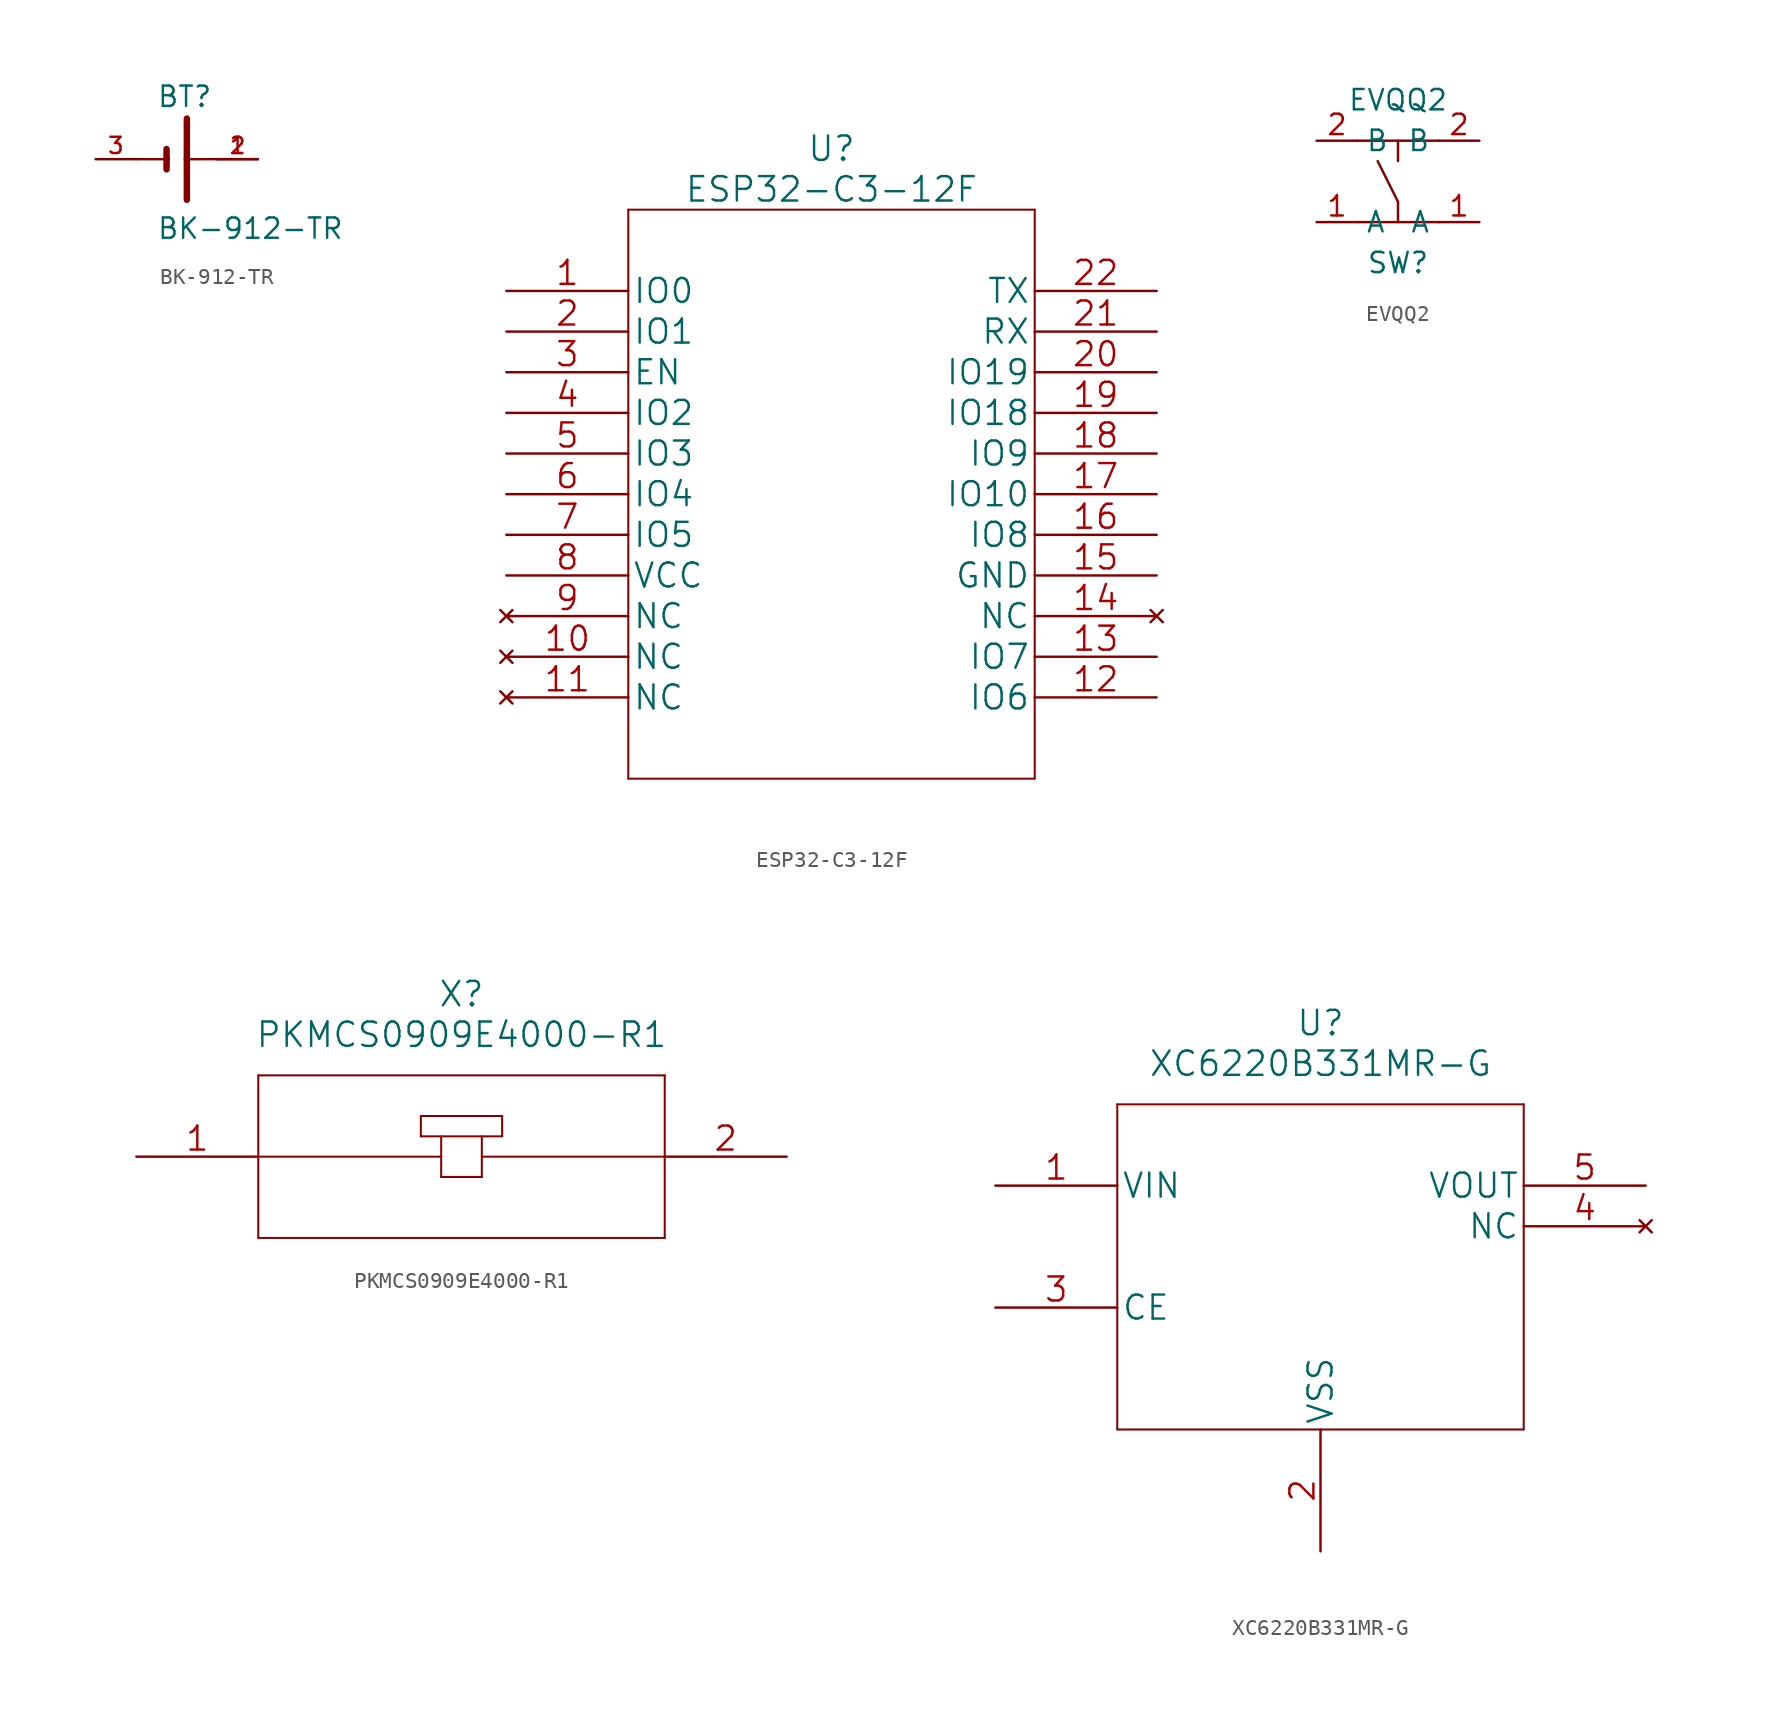
<source format=kicad_sym>
(kicad_symbol_lib
  (version 20211014)
  (generator kicad_symbol_editor)
  (symbol "BK-912-TR"
    (pin_names
      (offset 1.016) hide)
    (property "Reference" "BT"
      (at -1.27 3.175 0)
      (effects (font (size 1.27 1.27)) (justify left bottom)))
    (property "Value" "BK-912-TR"
      (at -1.27 -5.08 0)
      (effects (font (size 1.27 1.27)) (justify left bottom)))
    (property "ki_locked" ""
      (at 0 0 0)
      (effects (font (size 1.27 1.27))))
    (symbol "BK-912-TR_0_0"
      (polyline (pts (xy -2.54 0) (xy -0.635 0)) (stroke (width 0.152) (type default) (color 0 0 0 0)) (fill (type none)))
      (polyline (pts (xy -0.635 0) (xy -0.635 -0.635)) (stroke (width 0.406) (type default) (color 0 0 0 0)) (fill (type none)))
      (polyline (pts (xy -0.635 0.635) (xy -0.635 0)) (stroke (width 0.406) (type default) (color 0 0 0 0)) (fill (type none)))
      (polyline (pts (xy 0.635 0) (xy 0.635 -2.54)) (stroke (width 0.406) (type default) (color 0 0 0 0)) (fill (type none)))
      (polyline (pts (xy 0.635 0) (xy 2.54 0)) (stroke (width 0.152) (type default) (color 0 0 0 0)) (fill (type none)))
      (polyline (pts (xy 0.635 2.54) (xy 0.635 0)) (stroke (width 0.406) (type default) (color 0 0 0 0)) (fill (type none)))
      (pin passive line (at 5.08 0 180) (length 2.54) (name "~" (effects (font (size 1.016 1.016)))) (number "1" (effects (font (size 1.016 1.016)))))
      (pin passive line (at 5.08 0 180) (length 2.54) (name "~" (effects (font (size 1.016 1.016)))) (number "2" (effects (font (size 1.016 1.016)))))
      (pin passive line (at -5.08 0 0) (length 2.54) (name "~" (effects (font (size 1.016 1.016)))) (number "3" (effects (font (size 1.016 1.016)))))))
  (symbol "ESP32-C3-12F"
    (pin_names
      (offset 0.254))
    (property "Reference" "U"
      (at 20.32 8.89 0)
      (effects (font (size 1.524 1.524))))
    (property "Value" "ESP32-C3-12F"
      (at 20.32 6.35 0)
      (effects (font (size 1.524 1.524))))
    (property "Datasheet" ""
      (at 0 0 0)
      (effects (font (size 1.524 1.524))))
    (property "ki_locked" ""
      (at 0 0 0)
      (effects (font (size 1.27 1.27))))
    (symbol "ESP32-C3-12F_1_1"
      (polyline (pts (xy 7.62 -30.48) (xy 33.02 -30.48)) (stroke (width 0.127) (type default) (color 0 0 0 0)) (fill (type none)))
      (polyline (pts (xy 7.62 5.08) (xy 7.62 -30.48)) (stroke (width 0.127) (type default) (color 0 0 0 0)) (fill (type none)))
      (polyline (pts (xy 33.02 -30.48) (xy 33.02 5.08)) (stroke (width 0.127) (type default) (color 0 0 0 0)) (fill (type none)))
      (polyline (pts (xy 33.02 5.08) (xy 7.62 5.08)) (stroke (width 0.127) (type default) (color 0 0 0 0)) (fill (type none)))
      (pin bidirectional line (at 0 0 0) (length 7.62) (name "IO0" (effects (font (size 1.499 1.499)))) (number "1" (effects (font (size 1.499 1.499)))))
      (pin no_connect line (at 0 -22.86 0) (length 7.62) (name "NC" (effects (font (size 1.499 1.499)))) (number "10" (effects (font (size 1.499 1.499)))))
      (pin no_connect line (at 0 -25.4 0) (length 7.62) (name "NC" (effects (font (size 1.499 1.499)))) (number "11" (effects (font (size 1.499 1.499)))))
      (pin bidirectional line (at 40.64 -25.4 180) (length 7.62) (name "IO6" (effects (font (size 1.499 1.499)))) (number "12" (effects (font (size 1.499 1.499)))))
      (pin bidirectional line (at 40.64 -22.86 180) (length 7.62) (name "IO7" (effects (font (size 1.499 1.499)))) (number "13" (effects (font (size 1.499 1.499)))))
      (pin no_connect line (at 40.64 -20.32 180) (length 7.62) (name "NC" (effects (font (size 1.499 1.499)))) (number "14" (effects (font (size 1.499 1.499)))))
      (pin power_in line (at 40.64 -17.78 180) (length 7.62) (name "GND" (effects (font (size 1.499 1.499)))) (number "15" (effects (font (size 1.499 1.499)))))
      (pin bidirectional line (at 40.64 -15.24 180) (length 7.62) (name "IO8" (effects (font (size 1.499 1.499)))) (number "16" (effects (font (size 1.499 1.499)))))
      (pin bidirectional line (at 40.64 -12.7 180) (length 7.62) (name "IO10" (effects (font (size 1.499 1.499)))) (number "17" (effects (font (size 1.499 1.499)))))
      (pin bidirectional line (at 40.64 -10.16 180) (length 7.62) (name "IO9" (effects (font (size 1.499 1.499)))) (number "18" (effects (font (size 1.499 1.499)))))
      (pin bidirectional line (at 40.64 -7.62 180) (length 7.62) (name "IO18" (effects (font (size 1.499 1.499)))) (number "19" (effects (font (size 1.499 1.499)))))
      (pin bidirectional line (at 0 -2.54 0) (length 7.62) (name "IO1" (effects (font (size 1.499 1.499)))) (number "2" (effects (font (size 1.499 1.499)))))
      (pin bidirectional line (at 40.64 -5.08 180) (length 7.62) (name "IO19" (effects (font (size 1.499 1.499)))) (number "20" (effects (font (size 1.499 1.499)))))
      (pin bidirectional line (at 40.64 -2.54 180) (length 7.62) (name "RX" (effects (font (size 1.499 1.499)))) (number "21" (effects (font (size 1.499 1.499)))))
      (pin bidirectional line (at 40.64 0 180) (length 7.62) (name "TX" (effects (font (size 1.499 1.499)))) (number "22" (effects (font (size 1.499 1.499)))))
      (pin input line (at 0 -5.08 0) (length 7.62) (name "EN" (effects (font (size 1.499 1.499)))) (number "3" (effects (font (size 1.499 1.499)))))
      (pin bidirectional line (at 0 -7.62 0) (length 7.62) (name "IO2" (effects (font (size 1.499 1.499)))) (number "4" (effects (font (size 1.499 1.499)))))
      (pin bidirectional line (at 0 -10.16 0) (length 7.62) (name "IO3" (effects (font (size 1.499 1.499)))) (number "5" (effects (font (size 1.499 1.499)))))
      (pin bidirectional line (at 0 -12.7 0) (length 7.62) (name "IO4" (effects (font (size 1.499 1.499)))) (number "6" (effects (font (size 1.499 1.499)))))
      (pin bidirectional line (at 0 -15.24 0) (length 7.62) (name "IO5" (effects (font (size 1.499 1.499)))) (number "7" (effects (font (size 1.499 1.499)))))
      (pin power_in line (at 0 -17.78 0) (length 7.62) (name "VCC" (effects (font (size 1.499 1.499)))) (number "8" (effects (font (size 1.499 1.499)))))
      (pin no_connect line (at 0 -20.32 0) (length 7.62) (name "NC" (effects (font (size 1.499 1.499)))) (number "9" (effects (font (size 1.499 1.499)))))))
  (symbol "EVQQ2"
    (property "Reference" "SW"
      (at 0 -5.08 0)
      (effects (font (size 1.27 1.27))))
    (property "Value" "EVQQ2"
      (at 0 5.08 0)
      (effects (font (size 1.27 1.27))))
    (symbol "EVQQ2_0_1"
      (polyline (pts (xy -2.54 -2.54) (xy 2.54 -2.54)) (stroke (width 0) (type default) (color 0 0 0 0)) (fill (type none)))
      (polyline (pts (xy -2.54 2.54) (xy 2.54 2.54)) (stroke (width 0) (type default) (color 0 0 0 0)) (fill (type none)))
      (polyline (pts (xy 0 -2.54) (xy 0 -1.27)) (stroke (width 0) (type default) (color 0 0 0 0)) (fill (type none)))
      (polyline (pts (xy 0 -1.27) (xy -1.27 1.27)) (stroke (width 0) (type default) (color 0 0 0 0)) (fill (type none)))
      (polyline (pts (xy 0 2.54) (xy 0 1.27)) (stroke (width 0) (type default) (color 0 0 0 0)) (fill (type none))))
    (symbol "EVQQ2_1_1"
      (pin input line (at -5.08 -2.54 0) (length 2.54) (name "A" (effects (font (size 1.27 1.27)))) (number "1" (effects (font (size 1.27 1.27)))))
      (pin input line (at 5.08 -2.54 180) (length 2.54) (name "A" (effects (font (size 1.27 1.27)))) (number "1" (effects (font (size 1.27 1.27)))))
      (pin input line (at -5.08 2.54 0) (length 2.54) (name "B" (effects (font (size 1.27 1.27)))) (number "2" (effects (font (size 1.27 1.27)))))
      (pin input line (at 5.08 2.54 180) (length 2.54) (name "B" (effects (font (size 1.27 1.27)))) (number "2" (effects (font (size 1.27 1.27)))))))
  (symbol "PKMCS0909E4000-R1"
    (pin_names
      (offset 0.254) hide)
    (property "Reference" "X"
      (at 20.32 10.16 0)
      (effects (font (size 1.524 1.524))))
    (property "Value" "PKMCS0909E4000-R1"
      (at 20.32 7.62 0)
      (effects (font (size 1.524 1.524))))
    (property "Datasheet" ""
      (at 0 0 0)
      (effects (font (size 1.524 1.524))))
    (property "ki_locked" ""
      (at 0 0 0)
      (effects (font (size 1.27 1.27))))
    (symbol "PKMCS0909E4000-R1_1_1"
      (polyline (pts (xy 7.62 -5.08) (xy 33.02 -5.08)) (stroke (width 0.127) (type default) (color 0 0 0 0)) (fill (type none)))
      (polyline (pts (xy 7.62 0) (xy 19.05 0)) (stroke (width 0.127) (type default) (color 0 0 0 0)) (fill (type none)))
      (polyline (pts (xy 7.62 5.08) (xy 7.62 -5.08)) (stroke (width 0.127) (type default) (color 0 0 0 0)) (fill (type none)))
      (polyline (pts (xy 17.78 2.54) (xy 17.78 1.27)) (stroke (width 0.127) (type default) (color 0 0 0 0)) (fill (type none)))
      (polyline (pts (xy 17.78 2.54) (xy 22.86 2.54)) (stroke (width 0.127) (type default) (color 0 0 0 0)) (fill (type none)))
      (polyline (pts (xy 19.05 -1.27) (xy 21.59 -1.27)) (stroke (width 0.127) (type default) (color 0 0 0 0)) (fill (type none)))
      (polyline (pts (xy 19.05 1.27) (xy 19.05 -1.27)) (stroke (width 0.127) (type default) (color 0 0 0 0)) (fill (type none)))
      (polyline (pts (xy 21.59 -1.27) (xy 21.59 1.27)) (stroke (width 0.127) (type default) (color 0 0 0 0)) (fill (type none)))
      (polyline (pts (xy 21.59 0) (xy 33.02 0)) (stroke (width 0.127) (type default) (color 0 0 0 0)) (fill (type none)))
      (polyline (pts (xy 22.86 1.27) (xy 17.78 1.27)) (stroke (width 0.127) (type default) (color 0 0 0 0)) (fill (type none)))
      (polyline (pts (xy 22.86 2.54) (xy 22.86 1.27)) (stroke (width 0.127) (type default) (color 0 0 0 0)) (fill (type none)))
      (polyline (pts (xy 33.02 -5.08) (xy 33.02 5.08)) (stroke (width 0.127) (type default) (color 0 0 0 0)) (fill (type none)))
      (polyline (pts (xy 33.02 5.08) (xy 7.62 5.08)) (stroke (width 0.127) (type default) (color 0 0 0 0)) (fill (type none)))
      (pin unspecified line (at 0 0 0) (length 7.62) (name "1" (effects (font (size 1.499 1.499)))) (number "1" (effects (font (size 1.499 1.499)))))
      (pin unspecified line (at 40.64 0 180) (length 7.62) (name "2" (effects (font (size 1.499 1.499)))) (number "2" (effects (font (size 1.499 1.499)))))))
  (symbol "XC6220B331MR-G"
    (pin_names
      (offset 0.254))
    (property "Reference" "U"
      (at 0 15.24 0)
      (effects (font (size 1.524 1.524))))
    (property "Value" "XC6220B331MR-G"
      (at 0 12.7 0)
      (effects (font (size 1.524 1.524))))
    (property "Datasheet" ""
      (at -20.32 5.08 0)
      (effects (font (size 1.524 1.524))))
    (property "ki_locked" ""
      (at 0 0 0)
      (effects (font (size 1.27 1.27))))
    (symbol "XC6220B331MR-G_1_1"
      (polyline (pts (xy -12.7 -10.16) (xy 12.7 -10.16)) (stroke (width 0.127) (type default) (color 0 0 0 0)) (fill (type none)))
      (polyline (pts (xy -12.7 10.16) (xy -12.7 -10.16)) (stroke (width 0.127) (type default) (color 0 0 0 0)) (fill (type none)))
      (polyline (pts (xy 12.7 -10.16) (xy 12.7 10.16)) (stroke (width 0.127) (type default) (color 0 0 0 0)) (fill (type none)))
      (polyline (pts (xy 12.7 10.16) (xy -12.7 10.16)) (stroke (width 0.127) (type default) (color 0 0 0 0)) (fill (type none)))
      (pin power_in line (at -20.32 5.08 0) (length 7.62) (name "VIN" (effects (font (size 1.499 1.499)))) (number "1" (effects (font (size 1.499 1.499)))))
      (pin power_in line (at 0 -17.78 90) (length 7.62) (name "VSS" (effects (font (size 1.499 1.499)))) (number "2" (effects (font (size 1.499 1.499)))))
      (pin unspecified line (at -20.32 -2.54 0) (length 7.62) (name "CE" (effects (font (size 1.499 1.499)))) (number "3" (effects (font (size 1.499 1.499)))))
      (pin no_connect line (at 20.32 2.54 180) (length 7.62) (name "NC" (effects (font (size 1.499 1.499)))) (number "4" (effects (font (size 1.499 1.499)))))
      (pin output line (at 20.32 5.08 180) (length 7.62) (name "VOUT" (effects (font (size 1.499 1.499)))) (number "5" (effects (font (size 1.499 1.499))))))))
</source>
